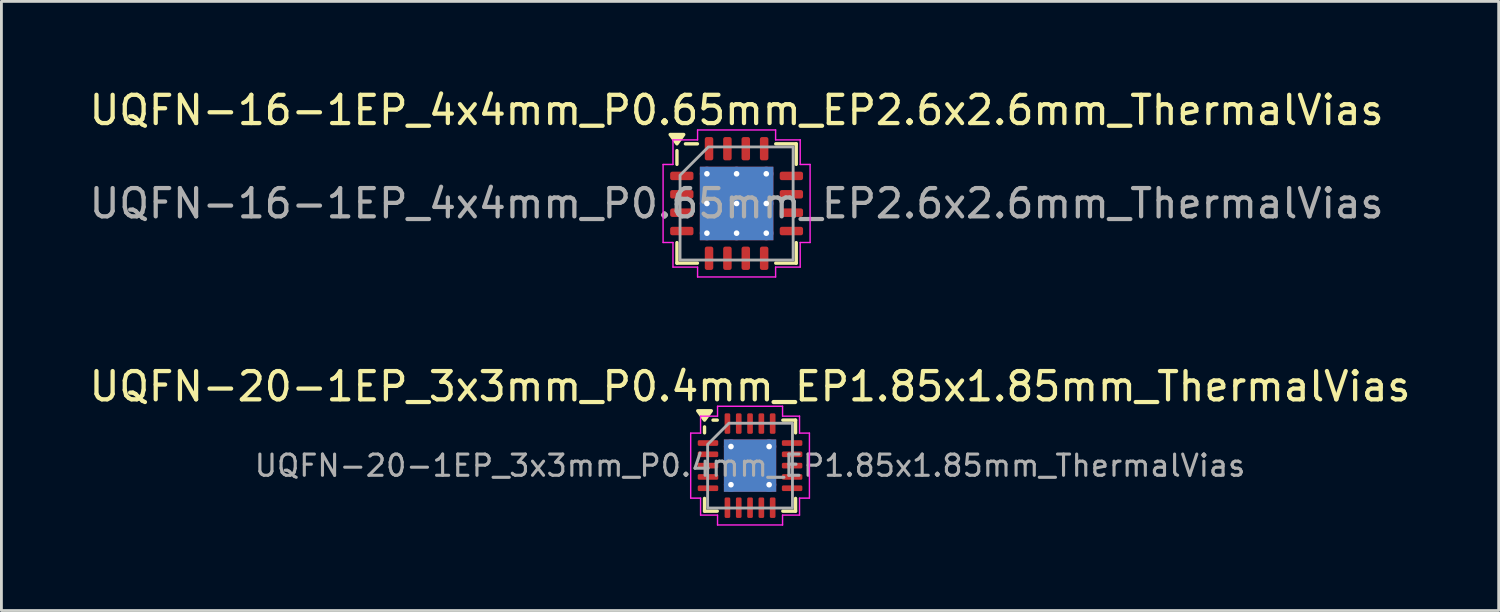
<source format=kicad_pcb>
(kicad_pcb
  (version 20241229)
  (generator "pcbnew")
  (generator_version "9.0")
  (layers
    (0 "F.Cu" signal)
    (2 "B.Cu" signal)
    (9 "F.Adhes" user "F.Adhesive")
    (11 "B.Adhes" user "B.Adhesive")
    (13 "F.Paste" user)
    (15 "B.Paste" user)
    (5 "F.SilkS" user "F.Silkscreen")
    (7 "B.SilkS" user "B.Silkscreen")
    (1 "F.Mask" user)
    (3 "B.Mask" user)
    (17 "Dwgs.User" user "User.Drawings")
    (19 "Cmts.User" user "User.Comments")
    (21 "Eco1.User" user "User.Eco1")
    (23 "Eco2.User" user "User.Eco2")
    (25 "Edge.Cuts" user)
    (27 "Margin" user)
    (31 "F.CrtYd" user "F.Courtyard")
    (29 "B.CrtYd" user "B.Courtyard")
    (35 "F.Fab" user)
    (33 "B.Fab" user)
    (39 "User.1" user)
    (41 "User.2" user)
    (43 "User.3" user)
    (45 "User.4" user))
  (footprint "UQFN-16-1EP_4x4mm_P0.65mm_EP2.6x2.6mm_ThermalVias"
    (layer "F.Cu")
    (at 23.006 4.148)
    (property "Reference" "UQFN-16-1EP_4x4mm_P0.65mm_EP2.6x2.6mm_ThermalVias" (at 0 -3.3 0) (layer "F.SilkS") (effects (font (size 1 1) (thickness 0.15))))
    (attr smd)
    (fp_line (start -2.11 -1.385) (end -2.11 -1.87) (stroke (width 0.12) (type solid)) (layer "F.SilkS"))
    (fp_line (start -2.11 2.11) (end -2.11 1.385) (stroke (width 0.12) (type solid)) (layer "F.SilkS"))
    (fp_line (start -1.385 -2.11) (end -1.81 -2.11) (stroke (width 0.12) (type solid)) (layer "F.SilkS"))
    (fp_line (start -1.385 2.11) (end -2.11 2.11) (stroke (width 0.12) (type solid)) (layer "F.SilkS"))
    (fp_line (start 1.385 -2.11) (end 2.11 -2.11) (stroke (width 0.12) (type solid)) (layer "F.SilkS"))
    (fp_line (start 1.385 2.11) (end 2.11 2.11) (stroke (width 0.12) (type solid)) (layer "F.SilkS"))
    (fp_line (start 2.11 -2.11) (end 2.11 -1.385) (stroke (width 0.12) (type solid)) (layer "F.SilkS"))
    (fp_line (start 2.11 2.11) (end 2.11 1.385) (stroke (width 0.12) (type solid)) (layer "F.SilkS"))
    (fp_poly (pts (xy -2.11 -2.11) (xy -2.35 -2.44) (xy -1.87 -2.44)) (stroke (width 0.12) (type solid)) (fill yes) (layer "F.SilkS"))
    (fp_line (start -2.6 -1.38) (end -2.25 -1.38) (stroke (width 0.05) (type solid)) (layer "F.CrtYd"))
    (fp_line (start -2.6 1.38) (end -2.6 -1.38) (stroke (width 0.05) (type solid)) (layer "F.CrtYd"))
    (fp_line (start -2.25 -2.25) (end -1.38 -2.25) (stroke (width 0.05) (type solid)) (layer "F.CrtYd"))
    (fp_line (start -2.25 -1.38) (end -2.25 -2.25) (stroke (width 0.05) (type solid)) (layer "F.CrtYd"))
    (fp_line (start -2.25 1.38) (end -2.6 1.38) (stroke (width 0.05) (type solid)) (layer "F.CrtYd"))
    (fp_line (start -2.25 2.25) (end -2.25 1.38) (stroke (width 0.05) (type solid)) (layer "F.CrtYd"))
    (fp_line (start -1.38 -2.6) (end 1.38 -2.6) (stroke (width 0.05) (type solid)) (layer "F.CrtYd"))
    (fp_line (start -1.38 -2.25) (end -1.38 -2.6) (stroke (width 0.05) (type solid)) (layer "F.CrtYd"))
    (fp_line (start -1.38 2.25) (end -2.25 2.25) (stroke (width 0.05) (type solid)) (layer "F.CrtYd"))
    (fp_line (start -1.38 2.6) (end -1.38 2.25) (stroke (width 0.05) (type solid)) (layer "F.CrtYd"))
    (fp_line (start 1.38 -2.6) (end 1.38 -2.25) (stroke (width 0.05) (type solid)) (layer "F.CrtYd"))
    (fp_line (start 1.38 -2.25) (end 2.25 -2.25) (stroke (width 0.05) (type solid)) (layer "F.CrtYd"))
    (fp_line (start 1.38 2.25) (end 1.38 2.6) (stroke (width 0.05) (type solid)) (layer "F.CrtYd"))
    (fp_line (start 1.38 2.6) (end -1.38 2.6) (stroke (width 0.05) (type solid)) (layer "F.CrtYd"))
    (fp_line (start 2.25 -2.25) (end 2.25 -1.38) (stroke (width 0.05) (type solid)) (layer "F.CrtYd"))
    (fp_line (start 2.25 -1.38) (end 2.6 -1.38) (stroke (width 0.05) (type solid)) (layer "F.CrtYd"))
    (fp_line (start 2.25 1.38) (end 2.25 2.25) (stroke (width 0.05) (type solid)) (layer "F.CrtYd"))
    (fp_line (start 2.25 2.25) (end 1.38 2.25) (stroke (width 0.05) (type solid)) (layer "F.CrtYd"))
    (fp_line (start 2.6 -1.38) (end 2.6 1.38) (stroke (width 0.05) (type solid)) (layer "F.CrtYd"))
    (fp_line (start 2.6 1.38) (end 2.25 1.38) (stroke (width 0.05) (type solid)) (layer "F.CrtYd"))
    (fp_poly (pts (xy -2 -1) (xy -2 2) (xy 2 2) (xy 2 -2) (xy -1 -2)) (stroke (width 0.1) (type solid)) (fill no) (layer "F.Fab"))
    (fp_text user "${REFERENCE}" (at 0 0 0) (layer "F.Fab") (effects (font (size 1 1) (thickness 0.15))))
    (pad "" smd roundrect (at -0.65 -0.65) (size 1.13 1.13) (layers "F.Paste") (roundrect_rratio 0.221))
    (pad "" smd roundrect (at -0.65 0.65) (size 1.13 1.13) (layers "F.Paste") (roundrect_rratio 0.221))
    (pad "" smd roundrect (at 0.65 -0.65) (size 1.13 1.13) (layers "F.Paste") (roundrect_rratio 0.221))
    (pad "" smd roundrect (at 0.65 0.65) (size 1.13 1.13) (layers "F.Paste") (roundrect_rratio 0.221))
    (pad "1" smd roundrect (at -1.938 -0.975) (size 0.825 0.3) (layers "F.Cu" "F.Mask" "F.Paste") (roundrect_rratio 0.25))
    (pad "2" smd roundrect (at -1.938 -0.325) (size 0.825 0.3) (layers "F.Cu" "F.Mask" "F.Paste") (roundrect_rratio 0.25))
    (pad "3" smd roundrect (at -1.938 0.325) (size 0.825 0.3) (layers "F.Cu" "F.Mask" "F.Paste") (roundrect_rratio 0.25))
    (pad "4" smd roundrect (at -1.938 0.975) (size 0.825 0.3) (layers "F.Cu" "F.Mask" "F.Paste") (roundrect_rratio 0.25))
    (pad "5" smd roundrect (at -0.975 1.938) (size 0.3 0.825) (layers "F.Cu" "F.Mask" "F.Paste") (roundrect_rratio 0.25))
    (pad "6" smd roundrect (at -0.325 1.938) (size 0.3 0.825) (layers "F.Cu" "F.Mask" "F.Paste") (roundrect_rratio 0.25))
    (pad "7" smd roundrect (at 0.325 1.938) (size 0.3 0.825) (layers "F.Cu" "F.Mask" "F.Paste") (roundrect_rratio 0.25))
    (pad "8" smd roundrect (at 0.975 1.938) (size 0.3 0.825) (layers "F.Cu" "F.Mask" "F.Paste") (roundrect_rratio 0.25))
    (pad "9" smd roundrect (at 1.938 0.975) (size 0.825 0.3) (layers "F.Cu" "F.Mask" "F.Paste") (roundrect_rratio 0.25))
    (pad "10" smd roundrect (at 1.938 0.325) (size 0.825 0.3) (layers "F.Cu" "F.Mask" "F.Paste") (roundrect_rratio 0.25))
    (pad "11" smd roundrect (at 1.938 -0.325) (size 0.825 0.3) (layers "F.Cu" "F.Mask" "F.Paste") (roundrect_rratio 0.25))
    (pad "12" smd roundrect (at 1.938 -0.975) (size 0.825 0.3) (layers "F.Cu" "F.Mask" "F.Paste") (roundrect_rratio 0.25))
    (pad "13" smd roundrect (at 0.975 -1.938) (size 0.3 0.825) (layers "F.Cu" "F.Mask" "F.Paste") (roundrect_rratio 0.25))
    (pad "14" smd roundrect (at 0.325 -1.938) (size 0.3 0.825) (layers "F.Cu" "F.Mask" "F.Paste") (roundrect_rratio 0.25))
    (pad "15" smd roundrect (at -0.325 -1.938) (size 0.3 0.825) (layers "F.Cu" "F.Mask" "F.Paste") (roundrect_rratio 0.25))
    (pad "16" smd roundrect (at -0.975 -1.938) (size 0.3 0.825) (layers "F.Cu" "F.Mask" "F.Paste") (roundrect_rratio 0.25))
    (pad "17" thru_hole circle (at -1.05 -1.05) (size 0.5 0.5) (drill 0.2) (property pad_prop_heatsink) (layers "*.Cu"))
    (pad "17" thru_hole circle (at -1.05 0) (size 0.5 0.5) (drill 0.2) (property pad_prop_heatsink) (layers "*.Cu"))
    (pad "17" thru_hole circle (at -1.05 1.05) (size 0.5 0.5) (drill 0.2) (property pad_prop_heatsink) (layers "*.Cu"))
    (pad "17" thru_hole circle (at 0 -1.05) (size 0.5 0.5) (drill 0.2) (property pad_prop_heatsink) (layers "*.Cu"))
    (pad "17" thru_hole circle (at 0 0) (size 0.5 0.5) (drill 0.2) (property pad_prop_heatsink) (layers "*.Cu"))
    (pad "17" smd rect (at 0 0) (size 2.6 2.6) (property pad_prop_heatsink) (layers "F.Cu" "F.Mask"))
    (pad "17" smd rect (at 0 0) (size 2.6 2.6) (property pad_prop_heatsink) (layers "B.Cu"))
    (pad "17" thru_hole circle (at 0 1.05) (size 0.5 0.5) (drill 0.2) (property pad_prop_heatsink) (layers "*.Cu"))
    (pad "17" thru_hole circle (at 1.05 -1.05) (size 0.5 0.5) (drill 0.2) (property pad_prop_heatsink) (layers "*.Cu"))
    (pad "17" thru_hole circle (at 1.05 0) (size 0.5 0.5) (drill 0.2) (property pad_prop_heatsink) (layers "*.Cu"))
    (pad "17" thru_hole circle (at 1.05 1.05) (size 0.5 0.5) (drill 0.2) (property pad_prop_heatsink) (layers "*.Cu")))
  (footprint "UQFN-20-1EP_3x3mm_P0.4mm_EP1.85x1.85mm_ThermalVias"
    (layer "F.Cu")
    (at 23.482 13.421)
    (property "Reference" "UQFN-20-1EP_3x3mm_P0.4mm_EP1.85x1.85mm_ThermalVias" (at 0 -2.8 0) (layer "F.SilkS") (effects (font (size 1 1) (thickness 0.15))))
    (attr smd)
    (fp_line (start -1.61 -1.16) (end -1.61 -1.37) (stroke (width 0.12) (type solid)) (layer "F.SilkS"))
    (fp_line (start -1.61 1.61) (end -1.61 1.16) (stroke (width 0.12) (type solid)) (layer "F.SilkS"))
    (fp_line (start -1.16 -1.61) (end -1.31 -1.61) (stroke (width 0.12) (type solid)) (layer "F.SilkS"))
    (fp_line (start -1.16 1.61) (end -1.61 1.61) (stroke (width 0.12) (type solid)) (layer "F.SilkS"))
    (fp_line (start 1.16 -1.61) (end 1.61 -1.61) (stroke (width 0.12) (type solid)) (layer "F.SilkS"))
    (fp_line (start 1.16 1.61) (end 1.61 1.61) (stroke (width 0.12) (type solid)) (layer "F.SilkS"))
    (fp_line (start 1.61 -1.61) (end 1.61 -1.16) (stroke (width 0.12) (type solid)) (layer "F.SilkS"))
    (fp_line (start 1.61 1.61) (end 1.61 1.16) (stroke (width 0.12) (type solid)) (layer "F.SilkS"))
    (fp_poly (pts (xy -1.61 -1.61) (xy -1.85 -1.94) (xy -1.37 -1.94)) (stroke (width 0.12) (type solid)) (fill yes) (layer "F.SilkS"))
    (fp_line (start -2.1 -1.15) (end -1.75 -1.15) (stroke (width 0.05) (type solid)) (layer "F.CrtYd"))
    (fp_line (start -2.1 1.15) (end -2.1 -1.15) (stroke (width 0.05) (type solid)) (layer "F.CrtYd"))
    (fp_line (start -1.75 -1.75) (end -1.15 -1.75) (stroke (width 0.05) (type solid)) (layer "F.CrtYd"))
    (fp_line (start -1.75 -1.15) (end -1.75 -1.75) (stroke (width 0.05) (type solid)) (layer "F.CrtYd"))
    (fp_line (start -1.75 1.15) (end -2.1 1.15) (stroke (width 0.05) (type solid)) (layer "F.CrtYd"))
    (fp_line (start -1.75 1.75) (end -1.75 1.15) (stroke (width 0.05) (type solid)) (layer "F.CrtYd"))
    (fp_line (start -1.15 -2.1) (end 1.15 -2.1) (stroke (width 0.05) (type solid)) (layer "F.CrtYd"))
    (fp_line (start -1.15 -1.75) (end -1.15 -2.1) (stroke (width 0.05) (type solid)) (layer "F.CrtYd"))
    (fp_line (start -1.15 1.75) (end -1.75 1.75) (stroke (width 0.05) (type solid)) (layer "F.CrtYd"))
    (fp_line (start -1.15 2.1) (end -1.15 1.75) (stroke (width 0.05) (type solid)) (layer "F.CrtYd"))
    (fp_line (start 1.15 -2.1) (end 1.15 -1.75) (stroke (width 0.05) (type solid)) (layer "F.CrtYd"))
    (fp_line (start 1.15 -1.75) (end 1.75 -1.75) (stroke (width 0.05) (type solid)) (layer "F.CrtYd"))
    (fp_line (start 1.15 1.75) (end 1.15 2.1) (stroke (width 0.05) (type solid)) (layer "F.CrtYd"))
    (fp_line (start 1.15 2.1) (end -1.15 2.1) (stroke (width 0.05) (type solid)) (layer "F.CrtYd"))
    (fp_line (start 1.75 -1.75) (end 1.75 -1.15) (stroke (width 0.05) (type solid)) (layer "F.CrtYd"))
    (fp_line (start 1.75 -1.15) (end 2.1 -1.15) (stroke (width 0.05) (type solid)) (layer "F.CrtYd"))
    (fp_line (start 1.75 1.15) (end 1.75 1.75) (stroke (width 0.05) (type solid)) (layer "F.CrtYd"))
    (fp_line (start 1.75 1.75) (end 1.15 1.75) (stroke (width 0.05) (type solid)) (layer "F.CrtYd"))
    (fp_line (start 2.1 -1.15) (end 2.1 1.15) (stroke (width 0.05) (type solid)) (layer "F.CrtYd"))
    (fp_line (start 2.1 1.15) (end 1.75 1.15) (stroke (width 0.05) (type solid)) (layer "F.CrtYd"))
    (fp_poly (pts (xy -1.5 -0.75) (xy -1.5 1.5) (xy 1.5 1.5) (xy 1.5 -1.5) (xy -0.75 -1.5)) (stroke (width 0.1) (type solid)) (fill no) (layer "F.Fab"))
    (fp_text user "${REFERENCE}" (at 0 0 0) (layer "F.Fab") (effects (font (size 0.75 0.75) (thickness 0.11))))
    (pad "" smd roundrect (at -0.46 -0.46) (size 0.8 0.8) (layers "F.Paste") (roundrect_rratio 0.25))
    (pad "" smd roundrect (at -0.46 0.46) (size 0.8 0.8) (layers "F.Paste") (roundrect_rratio 0.25))
    (pad "" smd roundrect (at 0.46 -0.46) (size 0.8 0.8) (layers "F.Paste") (roundrect_rratio 0.25))
    (pad "" smd roundrect (at 0.46 0.46) (size 0.8 0.8) (layers "F.Paste") (roundrect_rratio 0.25))
    (pad "1" smd roundrect (at -1.488 -0.8) (size 0.725 0.2) (layers "F.Cu" "F.Mask" "F.Paste") (roundrect_rratio 0.25))
    (pad "2" smd roundrect (at -1.488 -0.4) (size 0.725 0.2) (layers "F.Cu" "F.Mask" "F.Paste") (roundrect_rratio 0.25))
    (pad "3" smd roundrect (at -1.488 0) (size 0.725 0.2) (layers "F.Cu" "F.Mask" "F.Paste") (roundrect_rratio 0.25))
    (pad "4" smd roundrect (at -1.488 0.4) (size 0.725 0.2) (layers "F.Cu" "F.Mask" "F.Paste") (roundrect_rratio 0.25))
    (pad "5" smd roundrect (at -1.488 0.8) (size 0.725 0.2) (layers "F.Cu" "F.Mask" "F.Paste") (roundrect_rratio 0.25))
    (pad "6" smd roundrect (at -0.8 1.488) (size 0.2 0.725) (layers "F.Cu" "F.Mask" "F.Paste") (roundrect_rratio 0.25))
    (pad "7" smd roundrect (at -0.4 1.488) (size 0.2 0.725) (layers "F.Cu" "F.Mask" "F.Paste") (roundrect_rratio 0.25))
    (pad "8" smd roundrect (at 0 1.488) (size 0.2 0.725) (layers "F.Cu" "F.Mask" "F.Paste") (roundrect_rratio 0.25))
    (pad "9" smd roundrect (at 0.4 1.488) (size 0.2 0.725) (layers "F.Cu" "F.Mask" "F.Paste") (roundrect_rratio 0.25))
    (pad "10" smd roundrect (at 0.8 1.488) (size 0.2 0.725) (layers "F.Cu" "F.Mask" "F.Paste") (roundrect_rratio 0.25))
    (pad "11" smd roundrect (at 1.488 0.8) (size 0.725 0.2) (layers "F.Cu" "F.Mask" "F.Paste") (roundrect_rratio 0.25))
    (pad "12" smd roundrect (at 1.488 0.4) (size 0.725 0.2) (layers "F.Cu" "F.Mask" "F.Paste") (roundrect_rratio 0.25))
    (pad "13" smd roundrect (at 1.488 0) (size 0.725 0.2) (layers "F.Cu" "F.Mask" "F.Paste") (roundrect_rratio 0.25))
    (pad "14" smd roundrect (at 1.488 -0.4) (size 0.725 0.2) (layers "F.Cu" "F.Mask" "F.Paste") (roundrect_rratio 0.25))
    (pad "15" smd roundrect (at 1.488 -0.8) (size 0.725 0.2) (layers "F.Cu" "F.Mask" "F.Paste") (roundrect_rratio 0.25))
    (pad "16" smd roundrect (at 0.8 -1.488) (size 0.2 0.725) (layers "F.Cu" "F.Mask" "F.Paste") (roundrect_rratio 0.25))
    (pad "17" smd roundrect (at 0.4 -1.488) (size 0.2 0.725) (layers "F.Cu" "F.Mask" "F.Paste") (roundrect_rratio 0.25))
    (pad "18" smd roundrect (at 0 -1.488) (size 0.2 0.725) (layers "F.Cu" "F.Mask" "F.Paste") (roundrect_rratio 0.25))
    (pad "19" smd roundrect (at -0.4 -1.488) (size 0.2 0.725) (layers "F.Cu" "F.Mask" "F.Paste") (roundrect_rratio 0.25))
    (pad "20" smd roundrect (at -0.8 -1.488) (size 0.2 0.725) (layers "F.Cu" "F.Mask" "F.Paste") (roundrect_rratio 0.25))
    (pad "21" thru_hole circle (at -0.675 -0.675) (size 0.5 0.5) (drill 0.2) (property pad_prop_heatsink) (layers "*.Cu"))
    (pad "21" thru_hole circle (at -0.675 0.675) (size 0.5 0.5) (drill 0.2) (property pad_prop_heatsink) (layers "*.Cu"))
    (pad "21" smd rect (at 0 0) (size 1.85 1.85) (property pad_prop_heatsink) (layers "F.Cu" "F.Mask"))
    (pad "21" smd rect (at 0 0) (size 1.85 1.85) (property pad_prop_heatsink) (layers "B.Cu"))
    (pad "21" thru_hole circle (at 0.675 -0.675) (size 0.5 0.5) (drill 0.2) (property pad_prop_heatsink) (layers "*.Cu"))
    (pad "21" thru_hole circle (at 0.675 0.675) (size 0.5 0.5) (drill 0.2) (property pad_prop_heatsink) (layers "*.Cu")))
  (gr_rect
    (start -3 -3)
    (end 49.964 18.547)
    (stroke (width 0.1) (type default))
    (fill no)
    (layer "Edge.Cuts")))
</source>
